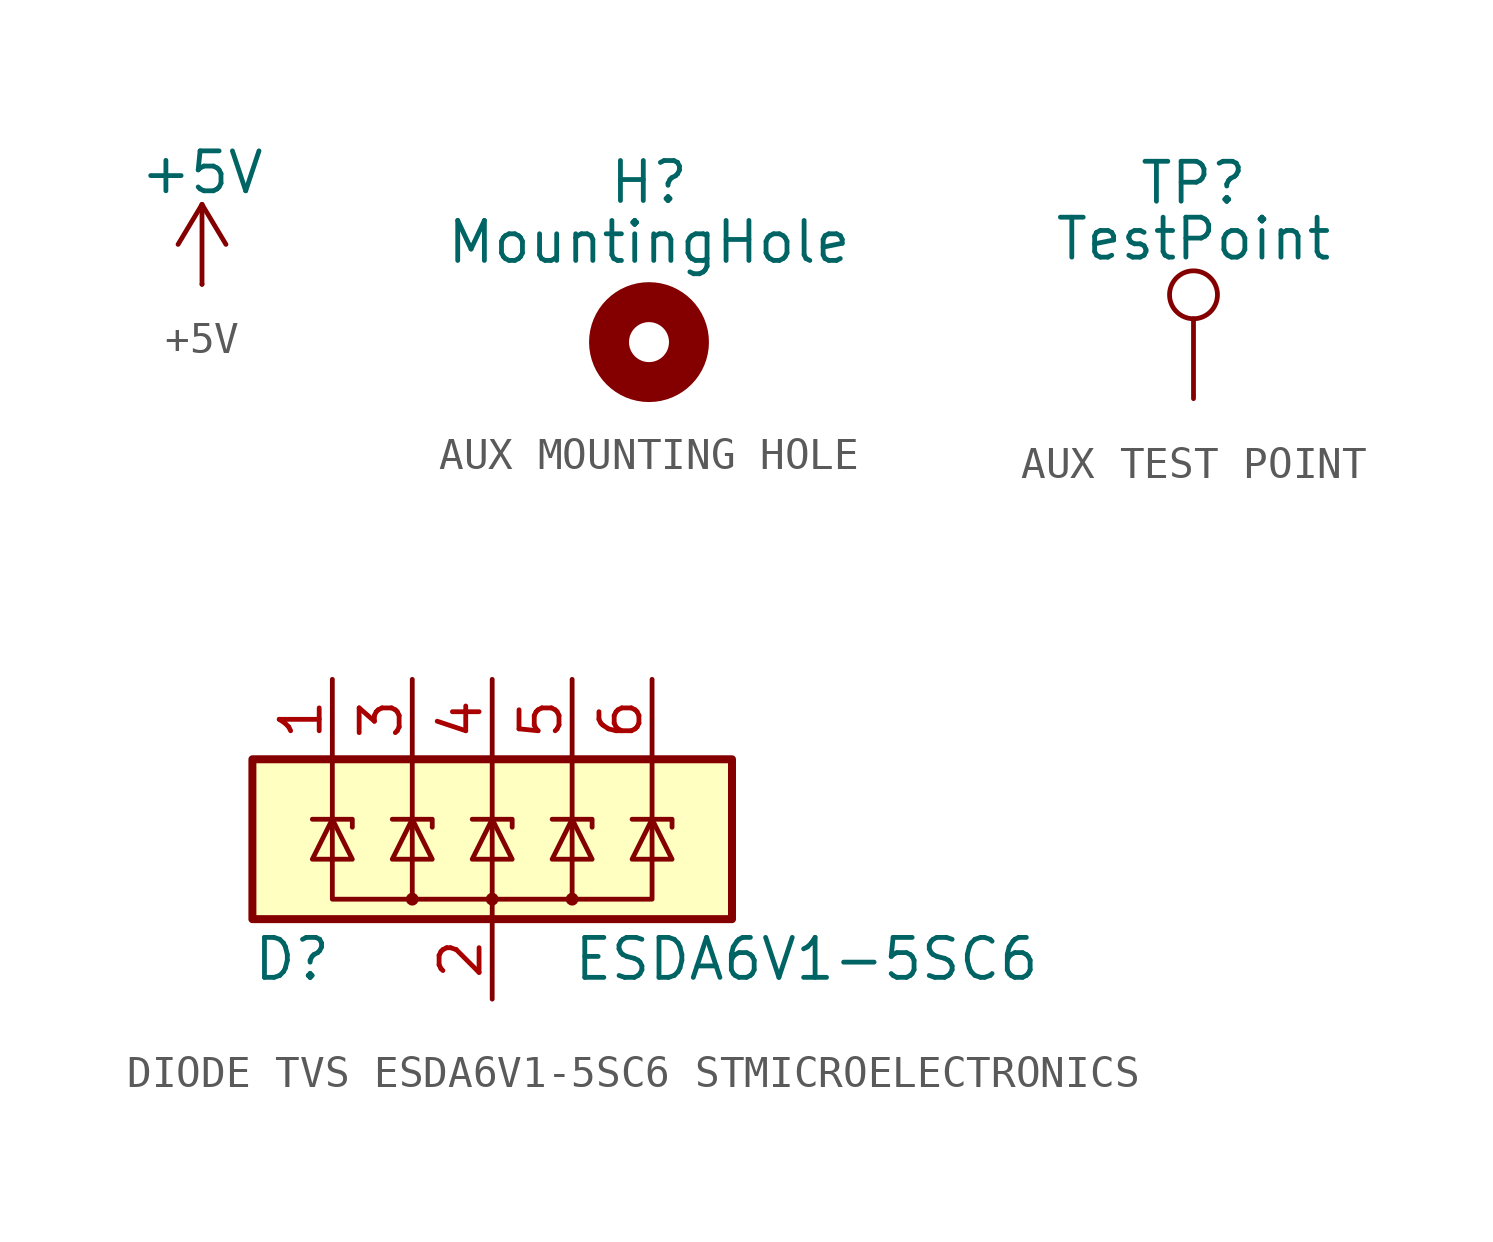
<source format=kicad_sym>
(kicad_symbol_lib
  (version 20231120)
  (generator "kicad_symbol_editor")
  (generator_version "8.0")
  (symbol "+5V"
    (power)
    (pin_numbers hide)
    (pin_names
      (offset 0) hide)
    (property "Reference" "#PWR"
      (at 0 -3.81 0)
      (effects (font (size 1.27 1.27)) (hide yes)))
    (property "Value" "+5V"
      (at 0 3.556 0)
      (effects (font (size 1.27 1.27))))
    (property "MPN" ""
      (at 0 0 0)
      (effects (font (size 1.27 1.27))))
    (property "Manufacturer" ""
      (at 0 0 0)
      (effects (font (size 1.27 1.27))))
    (property "3D Model" ""
      (at 0 0 0)
      (effects (font (size 1.27 1.27))))
    (property "Notes" ""
      (at 0 0 0)
      (effects (font (size 1.27 1.27))))
    (property "LCSC Part # " ""
      (at 0 0 0)
      (effects (font (size 1.27 1.27))))
    (property "LCSC MPN " ""
      (at 0 0 0)
      (effects (font (size 1.27 1.27))))
    (property "LCSC MANUFACTURER " ""
      (at 0 0 0)
      (effects (font (size 1.27 1.27))))
    (symbol "+5V_0_1"
      (polyline (pts (xy -0.762 1.27) (xy 0 2.54)) (stroke (width 0) (type default)) (fill (type none)))
      (polyline (pts (xy 0 0) (xy 0 2.54)) (stroke (width 0) (type default)) (fill (type none)))
      (polyline (pts (xy 0 2.54) (xy 0.762 1.27)) (stroke (width 0) (type default)) (fill (type none))))
    (symbol "+5V_1_1"
      (pin power_in line (at 0 0 90) (length 0) (name "~" (effects (font (size 1.27 1.27)))) (number "1" (effects (font (size 1.27 1.27)))))))
  (symbol "AUX MOUNTING HOLE"
    (pin_names
      (offset 1.016))
    (property "Reference" "H"
      (at 0 5.08 0)
      (effects (font (size 1.27 1.27))))
    (property "Value" "MountingHole"
      (at 0 3.175 0)
      (effects (font (size 1.27 1.27))))
    (symbol "AUX MOUNTING HOLE_0_1"
      (circle (center 0 0) (radius 1.27) (stroke (width 1.27) (type default)) (fill (type none)))))
  (symbol "AUX TEST POINT"
    (pin_numbers hide)
    (pin_names
      (offset 0.762) hide)
    (property "Reference" "TP"
      (at 0 6.858 0)
      (effects (font (size 1.27 1.27))))
    (property "Value" "TestPoint"
      (at 0 5.08 0)
      (effects (font (size 1.27 1.27))))
    (symbol "AUX TEST POINT_0_1"
      (circle (center 0 3.302) (radius 0.762) (stroke (width 0) (type default)) (fill (type none))))
    (symbol "AUX TEST POINT_1_1"
      (pin passive line (at 0 0 90) (length 2.54) (name "1" (effects (font (size 1.27 1.27)))) (number "1" (effects (font (size 1.27 1.27)))))))
  (symbol "DIODE TVS ESDA6V1-5SC6 STMICROELECTRONICS "
    (pin_names hide)
    (property "Reference" "D"
      (at -5.08 -3.81 0)
      (effects (font (size 1.27 1.27)) (justify right)))
    (property "Value" "ESDA6V1-5SC6"
      (at 2.54 -3.81 0)
      (effects (font (size 1.27 1.27)) (justify left)))
    (symbol "DIODE TVS ESDA6V1-5SC6 STMICROELECTRONICS _0_0"
      (pin passive line (at 0 -5.08 90) (length 2.54) (name "GND" (effects (font (size 1.27 1.27)))) (number "2" (effects (font (size 1.27 1.27))))))
    (symbol "DIODE TVS ESDA6V1-5SC6 STMICROELECTRONICS _0_1"
      (rectangle (start -7.62 2.54) (end 7.62 -2.54) (stroke (width 0.254) (type default)) (fill (type background)))
      (circle (center -2.54 -1.905) (radius 0.127) (stroke (width 0) (type default)) (fill (type none)))
      (circle (center 0 -1.905) (radius 0.127) (stroke (width 0) (type default)) (fill (type none)))
      (polyline (pts (xy -2.54 2.54) (xy -2.54 -1.905)) (stroke (width 0) (type default)) (fill (type none)))
      (polyline (pts (xy 0 2.54) (xy 0 -2.54)) (stroke (width 0) (type default)) (fill (type none)))
      (polyline (pts (xy 2.54 2.54) (xy 2.54 -1.905)) (stroke (width 0) (type default)) (fill (type none)))
      (polyline (pts (xy -5.715 0.635) (xy -4.445 0.635) (xy -4.445 0.381)) (stroke (width 0) (type default)) (fill (type none)))
      (polyline (pts (xy -3.175 0.635) (xy -1.905 0.635) (xy -1.905 0.381)) (stroke (width 0) (type default)) (fill (type none)))
      (polyline (pts (xy -0.635 0.635) (xy 0.635 0.635) (xy 0.635 0.381)) (stroke (width 0) (type default)) (fill (type none)))
      (polyline (pts (xy 1.905 0.635) (xy 3.175 0.635) (xy 3.175 0.381)) (stroke (width 0) (type default)) (fill (type none)))
      (polyline (pts (xy 4.445 0.635) (xy 5.715 0.635) (xy 5.715 0.381)) (stroke (width 0) (type default)) (fill (type none)))
      (polyline (pts (xy -5.715 -0.635) (xy -4.445 -0.635) (xy -5.08 0.635) (xy -5.715 -0.635)) (stroke (width 0) (type default)) (fill (type none)))
      (polyline (pts (xy -5.08 2.54) (xy -5.08 -1.905) (xy 5.08 -1.905) (xy 5.08 2.54)) (stroke (width 0) (type default)) (fill (type none)))
      (polyline (pts (xy -3.175 -0.635) (xy -1.905 -0.635) (xy -2.54 0.635) (xy -3.175 -0.635)) (stroke (width 0) (type default)) (fill (type none)))
      (polyline (pts (xy -0.635 -0.635) (xy 0.635 -0.635) (xy 0 0.635) (xy -0.635 -0.635)) (stroke (width 0) (type default)) (fill (type none)))
      (polyline (pts (xy 1.905 -0.635) (xy 3.175 -0.635) (xy 2.54 0.635) (xy 1.905 -0.635)) (stroke (width 0) (type default)) (fill (type none)))
      (polyline (pts (xy 4.445 -0.635) (xy 5.715 -0.635) (xy 5.08 0.635) (xy 4.445 -0.635)) (stroke (width 0) (type default)) (fill (type none)))
      (circle (center 2.54 -1.905) (radius 0.127) (stroke (width 0) (type default)) (fill (type none))))
    (symbol "DIODE TVS ESDA6V1-5SC6 STMICROELECTRONICS _1_1"
      (pin passive line (at -5.08 5.08 270) (length 2.54) (name "IO1" (effects (font (size 1.27 1.27)))) (number "1" (effects (font (size 1.27 1.27)))))
      (pin passive line (at -2.54 5.08 270) (length 2.54) (name "IO2" (effects (font (size 1.27 1.27)))) (number "3" (effects (font (size 1.27 1.27)))))
      (pin passive line (at 0 5.08 270) (length 2.54) (name "IO3" (effects (font (size 1.27 1.27)))) (number "4" (effects (font (size 1.27 1.27)))))
      (pin passive line (at 2.54 5.08 270) (length 2.54) (name "IO4" (effects (font (size 1.27 1.27)))) (number "5" (effects (font (size 1.27 1.27)))))
      (pin passive line (at 5.08 5.08 270) (length 2.54) (name "IO5" (effects (font (size 1.27 1.27)))) (number "6" (effects (font (size 1.27 1.27))))))))
</source>
